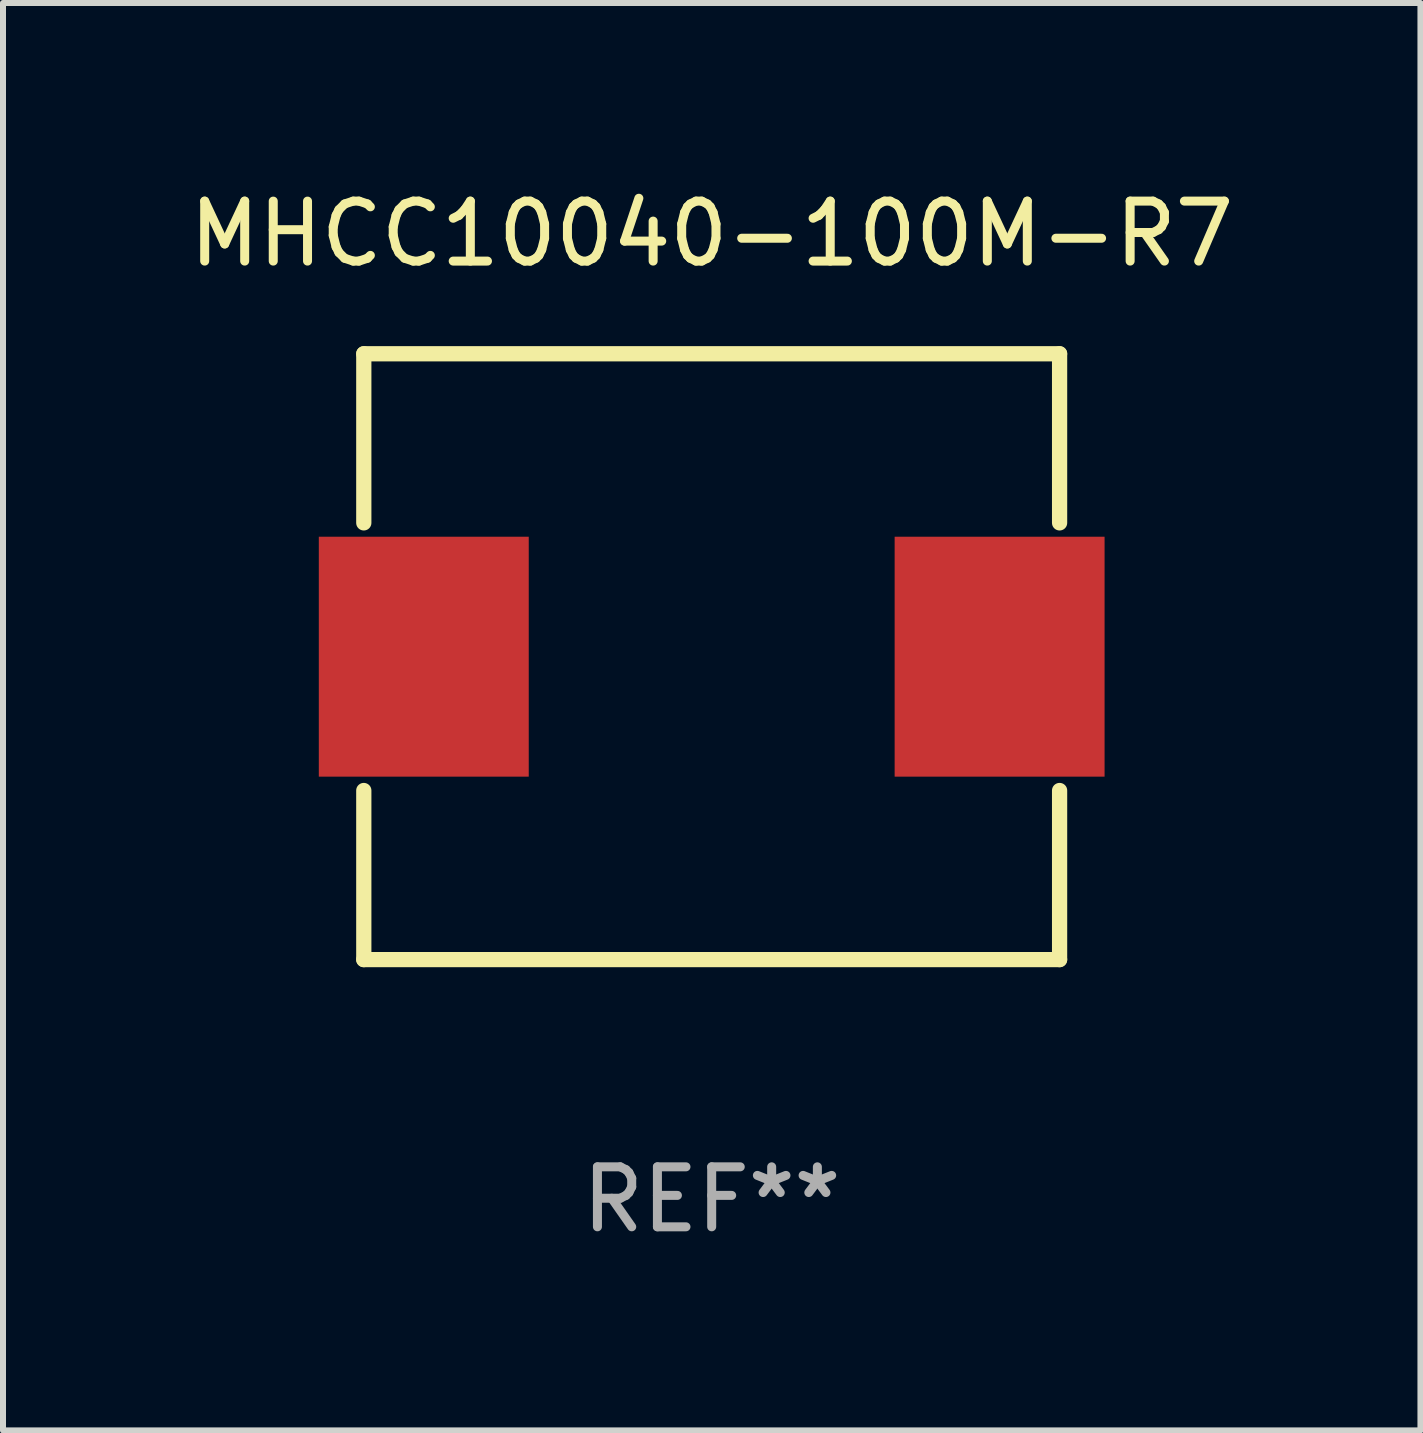
<source format=kicad_pcb>
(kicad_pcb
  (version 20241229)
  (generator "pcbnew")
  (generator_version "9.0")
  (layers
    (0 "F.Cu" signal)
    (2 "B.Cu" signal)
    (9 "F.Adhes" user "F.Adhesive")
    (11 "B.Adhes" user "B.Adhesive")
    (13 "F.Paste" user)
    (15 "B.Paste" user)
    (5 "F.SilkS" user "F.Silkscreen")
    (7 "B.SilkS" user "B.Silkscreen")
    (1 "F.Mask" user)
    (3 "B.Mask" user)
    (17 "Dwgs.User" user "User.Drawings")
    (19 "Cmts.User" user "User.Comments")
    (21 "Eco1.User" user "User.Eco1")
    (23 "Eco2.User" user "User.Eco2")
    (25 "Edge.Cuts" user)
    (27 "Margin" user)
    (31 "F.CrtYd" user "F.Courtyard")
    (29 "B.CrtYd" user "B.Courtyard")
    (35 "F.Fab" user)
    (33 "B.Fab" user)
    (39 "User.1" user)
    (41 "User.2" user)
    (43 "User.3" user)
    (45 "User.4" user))
  (footprint "MHCC10040-100M-R7"
    (layer "F.Cu")
    (at 8.815 7.898)
    (property "Reference" "MHCC10040-100M-R7" (at 0 -7.05 0) (layer "F.SilkS") (effects (font (size 1 1) (thickness 0.15))))
    (attr through_hole)
    (fp_line (start -5.8 -5.05) (end 5.8 -5.05) (stroke (width 0.254) (type solid)) (layer "F.SilkS"))
    (fp_line (start -5.8 -2.231) (end -5.8 -5.05) (stroke (width 0.254) (type solid)) (layer "F.SilkS"))
    (fp_line (start -5.8 5.05) (end -5.8 2.231) (stroke (width 0.254) (type solid)) (layer "F.SilkS"))
    (fp_line (start 5.8 -5.05) (end 5.8 -2.231) (stroke (width 0.254) (type solid)) (layer "F.SilkS"))
    (fp_line (start 5.8 2.231) (end 5.8 5.05) (stroke (width 0.254) (type solid)) (layer "F.SilkS"))
    (fp_line (start 5.8 5.05) (end -5.8 5.05) (stroke (width 0.254) (type solid)) (layer "F.SilkS"))
    (fp_circle (center -5.8 5.05) (end -5.77 5.05) (stroke (width 0.06) (type solid)) (fill no) (layer "F.SilkS"))
    (fp_text user "REF**" (at 0 9.05 0) (layer "F.Fab") (effects (font (size 1 1) (thickness 0.15))))
    (pad "1" smd rect (at -4.8 0) (size 3.5 4) (layers "F.Cu" "F.Mask" "F.Paste"))
    (pad "2" smd rect (at 4.8 0) (size 3.5 4) (layers "F.Cu" "F.Mask" "F.Paste")))
  (gr_rect
    (start -3 -3)
    (end 20.631 20.797)
    (stroke (width 0.1) (type default))
    (fill no)
    (layer "Edge.Cuts")))
</source>
